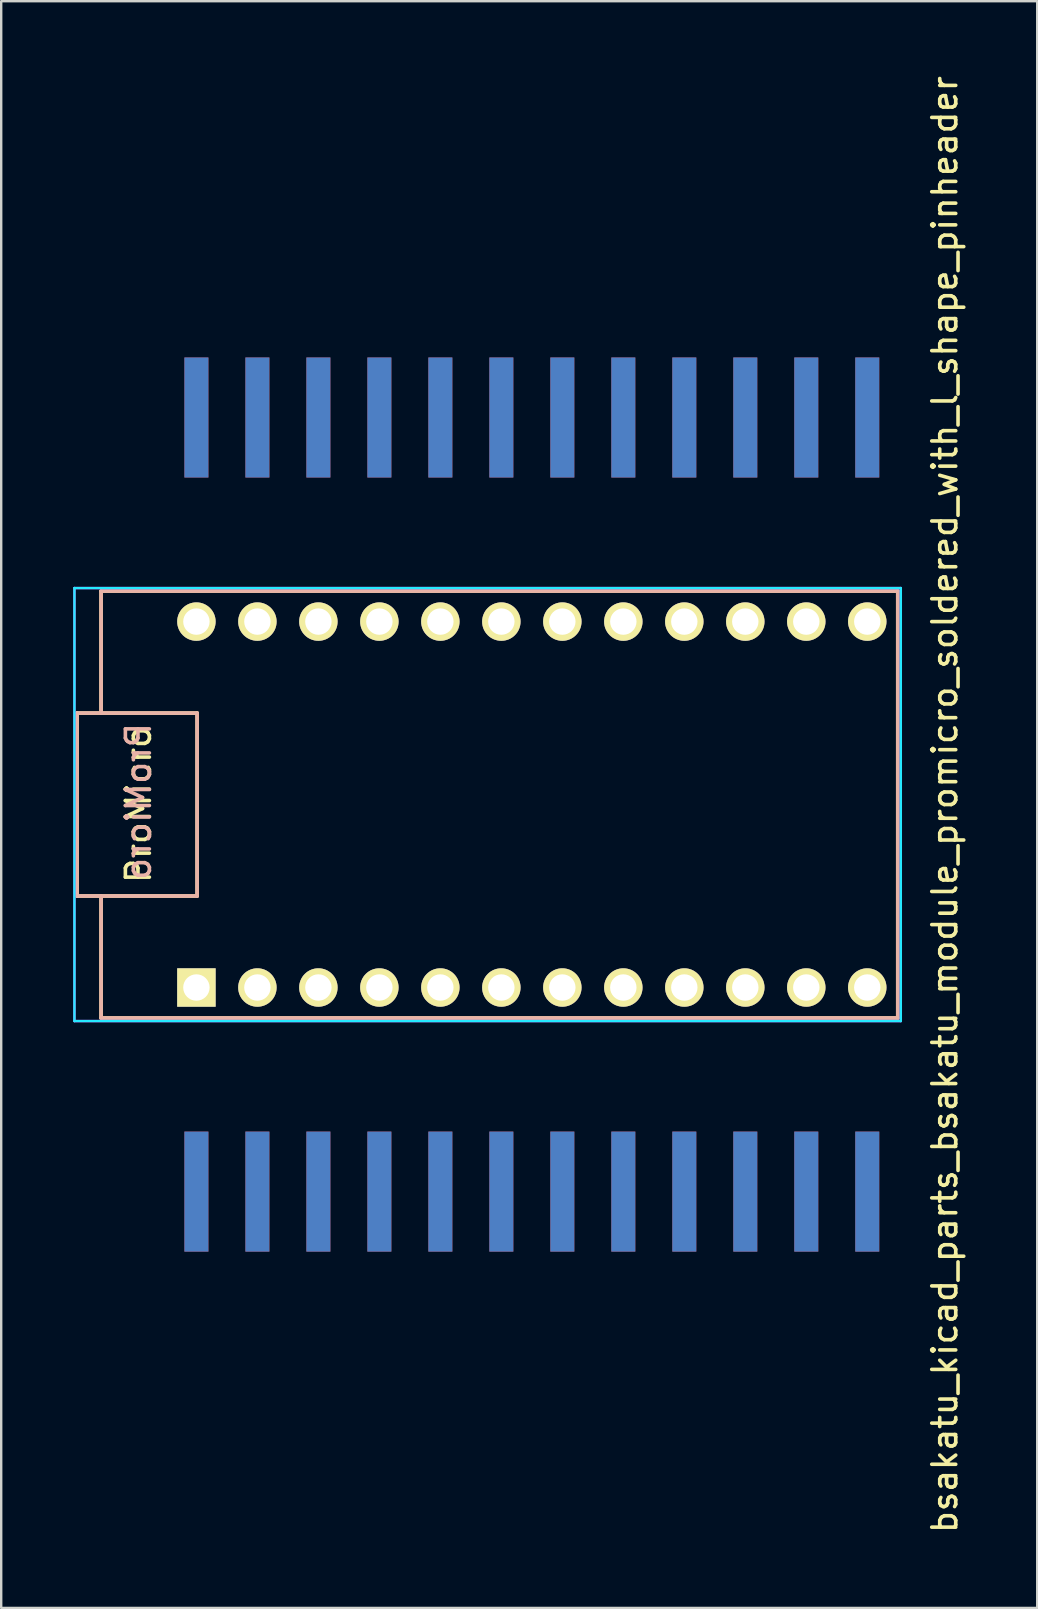
<source format=kicad_pcb>
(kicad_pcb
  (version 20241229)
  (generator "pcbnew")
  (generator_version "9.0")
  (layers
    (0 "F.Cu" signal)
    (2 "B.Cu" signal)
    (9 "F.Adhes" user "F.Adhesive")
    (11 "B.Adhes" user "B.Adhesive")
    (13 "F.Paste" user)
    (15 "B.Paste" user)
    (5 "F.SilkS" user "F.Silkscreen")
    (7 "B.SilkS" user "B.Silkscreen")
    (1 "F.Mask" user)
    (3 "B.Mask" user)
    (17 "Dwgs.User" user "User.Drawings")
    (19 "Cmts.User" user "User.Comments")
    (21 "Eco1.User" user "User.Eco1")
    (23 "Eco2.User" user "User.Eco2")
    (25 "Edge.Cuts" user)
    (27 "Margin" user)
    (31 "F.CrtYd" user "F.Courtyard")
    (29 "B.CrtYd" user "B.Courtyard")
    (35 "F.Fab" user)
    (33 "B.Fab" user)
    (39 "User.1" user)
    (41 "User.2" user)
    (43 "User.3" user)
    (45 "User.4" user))
  (footprint "bsakatu_kicad_parts_bsakatu_module_promicro_soldered_with_l_shape_pinheader"
    (layer "F.Cu")
    (at 19.1 30.458)
    (property "Reference" "bsakatu_kicad_parts_bsakatu_module_promicro_soldered_with_l_shape_pinheader" (at 17.2 0 90) (layer "F.SilkS") (effects (font (size 1 1) (thickness 0.15))))
    (attr smd)
    (fp_line (start -18.94 -3.81) (end -13.94 -3.81) (stroke (width 0.15) (type solid)) (layer "F.SilkS"))
    (fp_line (start -18.94 3.81) (end -18.94 -3.81) (stroke (width 0.15) (type solid)) (layer "F.SilkS"))
    (fp_line (start -18.94 3.81) (end -13.94 3.81) (stroke (width 0.15) (type solid)) (layer "F.SilkS"))
    (fp_line (start -17.94 -8.89) (end 15.24 -8.89) (stroke (width 0.15) (type solid)) (layer "F.SilkS"))
    (fp_line (start -17.94 -3.81) (end -17.94 -8.89) (stroke (width 0.15) (type solid)) (layer "F.SilkS"))
    (fp_line (start -17.94 8.89) (end -17.94 3.81) (stroke (width 0.15) (type solid)) (layer "F.SilkS"))
    (fp_line (start -17.94 8.89) (end 15.24 8.89) (stroke (width 0.15) (type solid)) (layer "F.SilkS"))
    (fp_line (start -13.94 3.81) (end -13.94 -3.81) (stroke (width 0.15) (type solid)) (layer "F.SilkS"))
    (fp_line (start 15.24 -8.89) (end 15.24 8.89) (stroke (width 0.15) (type solid)) (layer "F.SilkS"))
    (fp_line (start -18.94 -3.81) (end -13.94 -3.81) (stroke (width 0.15) (type solid)) (layer "B.SilkS"))
    (fp_line (start -18.94 3.81) (end -18.94 -3.81) (stroke (width 0.15) (type solid)) (layer "B.SilkS"))
    (fp_line (start -17.94 -8.89) (end 15.24 -8.89) (stroke (width 0.15) (type solid)) (layer "B.SilkS"))
    (fp_line (start -17.94 -3.81) (end -17.94 -8.89) (stroke (width 0.15) (type solid)) (layer "B.SilkS"))
    (fp_line (start -17.94 8.89) (end -17.94 3.81) (stroke (width 0.15) (type solid)) (layer "B.SilkS"))
    (fp_line (start -13.94 3.81) (end -18.94 3.81) (stroke (width 0.15) (type solid)) (layer "B.SilkS"))
    (fp_line (start -13.94 3.81) (end -13.94 -3.81) (stroke (width 0.15) (type solid)) (layer "B.SilkS"))
    (fp_line (start 15.24 -8.89) (end 15.24 8.89) (stroke (width 0.15) (type solid)) (layer "B.SilkS"))
    (fp_line (start 15.24 8.89) (end -17.94 8.89) (stroke (width 0.15) (type solid)) (layer "B.SilkS"))
    (fp_line (start -19.05 -9.017) (end 15.367 -9.017) (stroke (width 0.1) (type solid)) (layer "B.CrtYd"))
    (fp_line (start -19.05 9.017) (end -19.05 -9.017) (stroke (width 0.1) (type solid)) (layer "B.CrtYd"))
    (fp_line (start 15.367 -9.017) (end 15.367 9.017) (stroke (width 0.1) (type solid)) (layer "B.CrtYd"))
    (fp_line (start 15.367 9.017) (end -19.05 9.017) (stroke (width 0.1) (type solid)) (layer "B.CrtYd"))
    (fp_line (start -19.05 -9.017) (end 15.367 -9.017) (stroke (width 0.1) (type solid)) (layer "F.CrtYd"))
    (fp_line (start -19.05 9.017) (end -19.05 -9.017) (stroke (width 0.1) (type solid)) (layer "F.CrtYd"))
    (fp_line (start 15.367 -9.017) (end 15.367 9.017) (stroke (width 0.1) (type solid)) (layer "F.CrtYd"))
    (fp_line (start 15.367 9.017) (end -19.05 9.017) (stroke (width 0.1) (type solid)) (layer "F.CrtYd"))
    (fp_text user "ProMicro" (at -16.383 0 90) (layer "F.SilkS") (effects (font (size 1 1) (thickness 0.15))))
    (fp_text user "ProMicro" (at -16.383 -0.127 90) (layer "B.SilkS") (effects (font (size 1 1) (thickness 0.15)) (justify mirror)))
    (pad "1" thru_hole rect (at -13.97 7.62) (size 1.6 1.6) (drill 1.1) (layers "*.Cu" "*.Mask" "F.SilkS"))
    (pad "1" smd rect (at -13.97 16.12) (size 1 5) (layers "F.Cu" "F.Mask"))
    (pad "1" smd rect (at 13.97 -16.12) (size 1 5) (layers "B.Cu" "B.Mask"))
    (pad "2" thru_hole circle (at -11.43 7.62) (size 1.6 1.6) (drill 1.1) (layers "*.Cu" "*.Mask" "F.SilkS"))
    (pad "2" smd rect (at -11.43 16.12) (size 1 5) (layers "F.Cu" "F.Mask"))
    (pad "2" smd rect (at 11.43 -16.12) (size 1 5) (layers "B.Cu" "B.Mask"))
    (pad "3" thru_hole circle (at -8.89 7.62) (size 1.6 1.6) (drill 1.1) (layers "*.Cu" "*.Mask" "F.SilkS"))
    (pad "3" smd rect (at -8.89 16.12) (size 1 5) (layers "F.Cu" "F.Mask"))
    (pad "3" smd rect (at 8.89 -16.12) (size 1 5) (layers "B.Cu" "B.Mask"))
    (pad "4" thru_hole circle (at -6.35 7.62) (size 1.6 1.6) (drill 1.1) (layers "*.Cu" "*.Mask" "F.SilkS"))
    (pad "4" smd rect (at -6.35 16.12) (size 1 5) (layers "F.Cu" "F.Mask"))
    (pad "4" smd rect (at 6.35 -16.12) (size 1 5) (layers "B.Cu" "B.Mask"))
    (pad "5" thru_hole circle (at -3.81 7.62) (size 1.6 1.6) (drill 1.1) (layers "*.Cu" "*.Mask" "F.SilkS"))
    (pad "5" smd rect (at -3.81 16.12) (size 1 5) (layers "F.Cu" "F.Mask"))
    (pad "5" smd rect (at 3.81 -16.12) (size 1 5) (layers "B.Cu" "B.Mask"))
    (pad "6" thru_hole circle (at -1.27 7.62) (size 1.6 1.6) (drill 1.1) (layers "*.Cu" "*.Mask" "F.SilkS"))
    (pad "6" smd rect (at -1.27 16.12) (size 1 5) (layers "F.Cu" "F.Mask"))
    (pad "6" smd rect (at 1.27 -16.12) (size 1 5) (layers "B.Cu" "B.Mask"))
    (pad "7" smd rect (at -1.27 -16.12) (size 1 5) (layers "B.Cu" "B.Mask"))
    (pad "7" thru_hole circle (at 1.27 7.62) (size 1.6 1.6) (drill 1.1) (layers "*.Cu" "*.Mask" "F.SilkS"))
    (pad "7" smd rect (at 1.27 16.12) (size 1 5) (layers "F.Cu" "F.Mask"))
    (pad "8" smd rect (at -3.81 -16.12) (size 1 5) (layers "B.Cu" "B.Mask"))
    (pad "8" thru_hole circle (at 3.81 7.62) (size 1.6 1.6) (drill 1.1) (layers "*.Cu" "*.Mask" "F.SilkS"))
    (pad "8" smd rect (at 3.81 16.12) (size 1 5) (layers "F.Cu" "F.Mask"))
    (pad "9" smd rect (at -6.35 -16.12) (size 1 5) (layers "B.Cu" "B.Mask"))
    (pad "9" thru_hole circle (at 6.35 7.62) (size 1.6 1.6) (drill 1.1) (layers "*.Cu" "*.Mask" "F.SilkS"))
    (pad "9" smd rect (at 6.35 16.12) (size 1 5) (layers "F.Cu" "F.Mask"))
    (pad "10" smd rect (at -8.89 -16.12) (size 1 5) (layers "B.Cu" "B.Mask"))
    (pad "10" thru_hole circle (at 8.89 7.62) (size 1.6 1.6) (drill 1.1) (layers "*.Cu" "*.Mask" "F.SilkS"))
    (pad "10" smd rect (at 8.89 16.12) (size 1 5) (layers "F.Cu" "F.Mask"))
    (pad "11" smd rect (at -11.43 -16.12) (size 1 5) (layers "B.Cu" "B.Mask"))
    (pad "11" thru_hole circle (at 11.43 7.62) (size 1.6 1.6) (drill 1.1) (layers "*.Cu" "*.Mask" "F.SilkS"))
    (pad "11" smd rect (at 11.43 16.12) (size 1 5) (layers "F.Cu" "F.Mask"))
    (pad "12" smd rect (at -13.97 -16.12) (size 1 5) (layers "B.Cu" "B.Mask"))
    (pad "12" thru_hole circle (at 13.97 7.62) (size 1.6 1.6) (drill 1.1) (layers "*.Cu" "*.Mask" "F.SilkS"))
    (pad "12" smd rect (at 13.97 16.12) (size 1 5) (layers "F.Cu" "F.Mask"))
    (pad "13" smd rect (at 13.97 -16.12) (size 1 5) (layers "F.Cu" "F.Mask"))
    (pad "13" thru_hole circle (at 13.97 -7.62) (size 1.6 1.6) (drill 1.1) (layers "*.Cu" "*.Mask" "F.SilkS"))
    (pad "13" smd rect (at 13.97 16.12) (size 1 5) (layers "B.Cu" "B.Mask"))
    (pad "14" smd rect (at 11.43 -16.12) (size 1 5) (layers "F.Cu" "F.Mask"))
    (pad "14" thru_hole circle (at 11.43 -7.62) (size 1.6 1.6) (drill 1.1) (layers "*.Cu" "*.Mask" "F.SilkS"))
    (pad "14" smd rect (at 11.43 16.12) (size 1 5) (layers "B.Cu" "B.Mask"))
    (pad "15" smd rect (at 8.89 -16.12) (size 1 5) (layers "F.Cu" "F.Mask"))
    (pad "15" thru_hole circle (at 8.89 -7.62) (size 1.6 1.6) (drill 1.1) (layers "*.Cu" "*.Mask" "F.SilkS"))
    (pad "15" smd rect (at 8.89 16.12) (size 1 5) (layers "B.Cu" "B.Mask"))
    (pad "16" smd rect (at 6.35 -16.12) (size 1 5) (layers "F.Cu" "F.Mask"))
    (pad "16" thru_hole circle (at 6.35 -7.62) (size 1.6 1.6) (drill 1.1) (layers "*.Cu" "*.Mask" "F.SilkS"))
    (pad "16" smd rect (at 6.35 16.12) (size 1 5) (layers "B.Cu" "B.Mask"))
    (pad "17" smd rect (at 3.81 -16.12) (size 1 5) (layers "F.Cu" "F.Mask"))
    (pad "17" thru_hole circle (at 3.81 -7.62) (size 1.6 1.6) (drill 1.1) (layers "*.Cu" "*.Mask" "F.SilkS"))
    (pad "17" smd rect (at 3.81 16.12) (size 1 5) (layers "B.Cu" "B.Mask"))
    (pad "18" smd rect (at 1.27 -16.12) (size 1 5) (layers "F.Cu" "F.Mask"))
    (pad "18" thru_hole circle (at 1.27 -7.62) (size 1.6 1.6) (drill 1.1) (layers "*.Cu" "*.Mask" "F.SilkS"))
    (pad "18" smd rect (at 1.27 16.12) (size 1 5) (layers "B.Cu" "B.Mask"))
    (pad "19" smd rect (at -1.27 -16.12) (size 1 5) (layers "F.Cu" "F.Mask"))
    (pad "19" thru_hole circle (at -1.27 -7.62) (size 1.6 1.6) (drill 1.1) (layers "*.Cu" "*.Mask" "F.SilkS"))
    (pad "19" smd rect (at -1.27 16.12) (size 1 5) (layers "B.Cu" "B.Mask"))
    (pad "20" smd rect (at -3.81 -16.12) (size 1 5) (layers "F.Cu" "F.Mask"))
    (pad "20" thru_hole circle (at -3.81 -7.62) (size 1.6 1.6) (drill 1.1) (layers "*.Cu" "*.Mask" "F.SilkS"))
    (pad "20" smd rect (at -3.81 16.12) (size 1 5) (layers "B.Cu" "B.Mask"))
    (pad "21" smd rect (at -6.35 -16.12) (size 1 5) (layers "F.Cu" "F.Mask"))
    (pad "21" thru_hole circle (at -6.35 -7.62) (size 1.6 1.6) (drill 1.1) (layers "*.Cu" "*.Mask" "F.SilkS"))
    (pad "21" smd rect (at -6.35 16.12) (size 1 5) (layers "B.Cu" "B.Mask"))
    (pad "22" smd rect (at -8.89 -16.12) (size 1 5) (layers "F.Cu" "F.Mask"))
    (pad "22" thru_hole circle (at -8.89 -7.62) (size 1.6 1.6) (drill 1.1) (layers "*.Cu" "*.Mask" "F.SilkS"))
    (pad "22" smd rect (at -8.89 16.12) (size 1 5) (layers "B.Cu" "B.Mask"))
    (pad "23" smd rect (at -11.43 -16.12) (size 1 5) (layers "F.Cu" "F.Mask"))
    (pad "23" thru_hole circle (at -11.43 -7.62) (size 1.6 1.6) (drill 1.1) (layers "*.Cu" "*.Mask" "F.SilkS"))
    (pad "23" smd rect (at -11.43 16.12) (size 1 5) (layers "B.Cu" "B.Mask"))
    (pad "24" smd rect (at -13.97 -16.12) (size 1 5) (layers "F.Cu" "F.Mask"))
    (pad "24" thru_hole circle (at -13.97 -7.62) (size 1.6 1.6) (drill 1.1) (layers "*.Cu" "*.Mask" "F.SilkS"))
    (pad "24" smd rect (at -13.97 16.12) (size 1 5) (layers "B.Cu" "B.Mask")))
  (gr_rect
    (start -3 -3)
    (end 40.148 63.917)
    (stroke (width 0.1) (type default))
    (fill no)
    (layer "Edge.Cuts")))
</source>
